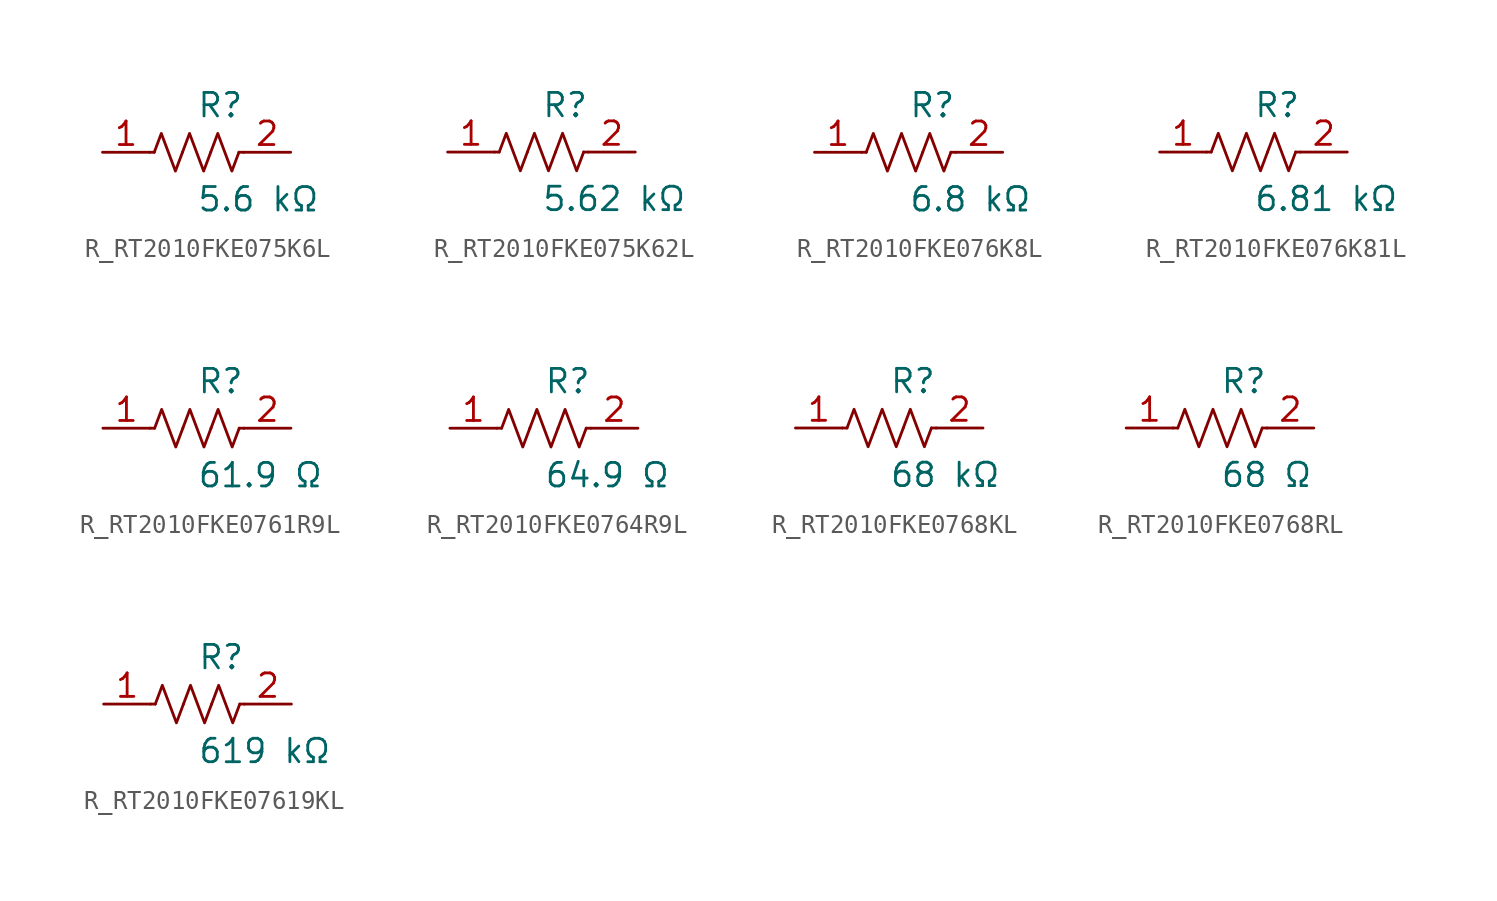
<source format=kicad_sym>
(kicad_symbol_lib
  (version 20231120)
  (generator kicad_symbol_editor)
  (generator_version 8.0)
  (symbol "R_RT2010FKE075K6L"
    (pin_names
      (offset 0.254))
    (property "Reference" "R"
      (at 0 2.54 0)
      (effects (font (size 1.27 1.27)) (justify left)))
    (property "Value" "5.6 kΩ"
      (at 0 -2.54 0)
      (effects (font (size 1.27 1.27)) (justify left)))
    (symbol "R_RT2010FKE075K6L_0_1"
      (polyline (pts (xy 2.286 0) (xy 2.54 0)) (stroke (width 0) (type default)) (fill (type none)))
      (polyline (pts (xy -2.286 0) (xy -2.54 0)) (stroke (width 0) (type default)) (fill (type none)))
      (polyline (pts (xy 0.762 0) (xy 1.143 1.016) (xy 1.524 0) (xy 1.905 -1.016) (xy 2.286 0)) (stroke (width 0) (type default)) (fill (type none)))
      (polyline (pts (xy -0.762 0) (xy -0.381 1.016) (xy 0 0) (xy 0.381 -1.016) (xy 0.762 0)) (stroke (width 0) (type default)) (fill (type none)))
      (polyline (pts (xy -2.286 0) (xy -1.905 1.016) (xy -1.524 0) (xy -1.143 -1.016) (xy -0.762 0)) (stroke (width 0) (type default)) (fill (type none))))
    (pin passive line
      (at -5.08 0 0)
      (length 2.54)
      (name "" (effects (font (size 1.27 1.27))))
      (number "1" (effects (font (size 1.27 1.27)))))
    (pin passive line
      (at 5.08 0 180)
      (length 2.54)
      (name "" (effects (font (size 1.27 1.27))))
      (number "2" (effects (font (size 1.27 1.27))))))
  (symbol "R_RT2010FKE075K62L"
    (pin_names
      (offset 0.254))
    (property "Reference" "R"
      (at 0 2.54 0)
      (effects (font (size 1.27 1.27)) (justify left)))
    (property "Value" "5.62 kΩ"
      (at 0 -2.54 0)
      (effects (font (size 1.27 1.27)) (justify left)))
    (symbol "R_RT2010FKE075K62L_0_1"
      (polyline (pts (xy 2.286 0) (xy 2.54 0)) (stroke (width 0) (type default)) (fill (type none)))
      (polyline (pts (xy -2.286 0) (xy -2.54 0)) (stroke (width 0) (type default)) (fill (type none)))
      (polyline (pts (xy 0.762 0) (xy 1.143 1.016) (xy 1.524 0) (xy 1.905 -1.016) (xy 2.286 0)) (stroke (width 0) (type default)) (fill (type none)))
      (polyline (pts (xy -0.762 0) (xy -0.381 1.016) (xy 0 0) (xy 0.381 -1.016) (xy 0.762 0)) (stroke (width 0) (type default)) (fill (type none)))
      (polyline (pts (xy -2.286 0) (xy -1.905 1.016) (xy -1.524 0) (xy -1.143 -1.016) (xy -0.762 0)) (stroke (width 0) (type default)) (fill (type none))))
    (pin passive line
      (at -5.08 0 0)
      (length 2.54)
      (name "" (effects (font (size 1.27 1.27))))
      (number "1" (effects (font (size 1.27 1.27)))))
    (pin passive line
      (at 5.08 0 180)
      (length 2.54)
      (name "" (effects (font (size 1.27 1.27))))
      (number "2" (effects (font (size 1.27 1.27))))))
  (symbol "R_RT2010FKE076K8L"
    (pin_names
      (offset 0.254))
    (property "Reference" "R"
      (at 0 2.54 0)
      (effects (font (size 1.27 1.27)) (justify left)))
    (property "Value" "6.8 kΩ"
      (at 0 -2.54 0)
      (effects (font (size 1.27 1.27)) (justify left)))
    (symbol "R_RT2010FKE076K8L_0_1"
      (polyline (pts (xy 2.286 0) (xy 2.54 0)) (stroke (width 0) (type default)) (fill (type none)))
      (polyline (pts (xy -2.286 0) (xy -2.54 0)) (stroke (width 0) (type default)) (fill (type none)))
      (polyline (pts (xy 0.762 0) (xy 1.143 1.016) (xy 1.524 0) (xy 1.905 -1.016) (xy 2.286 0)) (stroke (width 0) (type default)) (fill (type none)))
      (polyline (pts (xy -0.762 0) (xy -0.381 1.016) (xy 0 0) (xy 0.381 -1.016) (xy 0.762 0)) (stroke (width 0) (type default)) (fill (type none)))
      (polyline (pts (xy -2.286 0) (xy -1.905 1.016) (xy -1.524 0) (xy -1.143 -1.016) (xy -0.762 0)) (stroke (width 0) (type default)) (fill (type none))))
    (pin passive line
      (at -5.08 0 0)
      (length 2.54)
      (name "" (effects (font (size 1.27 1.27))))
      (number "1" (effects (font (size 1.27 1.27)))))
    (pin passive line
      (at 5.08 0 180)
      (length 2.54)
      (name "" (effects (font (size 1.27 1.27))))
      (number "2" (effects (font (size 1.27 1.27))))))
  (symbol "R_RT2010FKE076K81L"
    (pin_names
      (offset 0.254))
    (property "Reference" "R"
      (at 0 2.54 0)
      (effects (font (size 1.27 1.27)) (justify left)))
    (property "Value" "6.81 kΩ"
      (at 0 -2.54 0)
      (effects (font (size 1.27 1.27)) (justify left)))
    (symbol "R_RT2010FKE076K81L_0_1"
      (polyline (pts (xy 2.286 0) (xy 2.54 0)) (stroke (width 0) (type default)) (fill (type none)))
      (polyline (pts (xy -2.286 0) (xy -2.54 0)) (stroke (width 0) (type default)) (fill (type none)))
      (polyline (pts (xy 0.762 0) (xy 1.143 1.016) (xy 1.524 0) (xy 1.905 -1.016) (xy 2.286 0)) (stroke (width 0) (type default)) (fill (type none)))
      (polyline (pts (xy -0.762 0) (xy -0.381 1.016) (xy 0 0) (xy 0.381 -1.016) (xy 0.762 0)) (stroke (width 0) (type default)) (fill (type none)))
      (polyline (pts (xy -2.286 0) (xy -1.905 1.016) (xy -1.524 0) (xy -1.143 -1.016) (xy -0.762 0)) (stroke (width 0) (type default)) (fill (type none))))
    (pin passive line
      (at -5.08 0 0)
      (length 2.54)
      (name "" (effects (font (size 1.27 1.27))))
      (number "1" (effects (font (size 1.27 1.27)))))
    (pin passive line
      (at 5.08 0 180)
      (length 2.54)
      (name "" (effects (font (size 1.27 1.27))))
      (number "2" (effects (font (size 1.27 1.27))))))
  (symbol "R_RT2010FKE0761R9L"
    (pin_names
      (offset 0.254))
    (property "Reference" "R"
      (at 0 2.54 0)
      (effects (font (size 1.27 1.27)) (justify left)))
    (property "Value" "61.9 Ω"
      (at 0 -2.54 0)
      (effects (font (size 1.27 1.27)) (justify left)))
    (symbol "R_RT2010FKE0761R9L_0_1"
      (polyline (pts (xy 2.286 0) (xy 2.54 0)) (stroke (width 0) (type default)) (fill (type none)))
      (polyline (pts (xy -2.286 0) (xy -2.54 0)) (stroke (width 0) (type default)) (fill (type none)))
      (polyline (pts (xy 0.762 0) (xy 1.143 1.016) (xy 1.524 0) (xy 1.905 -1.016) (xy 2.286 0)) (stroke (width 0) (type default)) (fill (type none)))
      (polyline (pts (xy -0.762 0) (xy -0.381 1.016) (xy 0 0) (xy 0.381 -1.016) (xy 0.762 0)) (stroke (width 0) (type default)) (fill (type none)))
      (polyline (pts (xy -2.286 0) (xy -1.905 1.016) (xy -1.524 0) (xy -1.143 -1.016) (xy -0.762 0)) (stroke (width 0) (type default)) (fill (type none))))
    (pin passive line
      (at -5.08 0 0)
      (length 2.54)
      (name "" (effects (font (size 1.27 1.27))))
      (number "1" (effects (font (size 1.27 1.27)))))
    (pin passive line
      (at 5.08 0 180)
      (length 2.54)
      (name "" (effects (font (size 1.27 1.27))))
      (number "2" (effects (font (size 1.27 1.27))))))
  (symbol "R_RT2010FKE0764R9L"
    (pin_names
      (offset 0.254))
    (property "Reference" "R"
      (at 0 2.54 0)
      (effects (font (size 1.27 1.27)) (justify left)))
    (property "Value" "64.9 Ω"
      (at 0 -2.54 0)
      (effects (font (size 1.27 1.27)) (justify left)))
    (symbol "R_RT2010FKE0764R9L_0_1"
      (polyline (pts (xy 2.286 0) (xy 2.54 0)) (stroke (width 0) (type default)) (fill (type none)))
      (polyline (pts (xy -2.286 0) (xy -2.54 0)) (stroke (width 0) (type default)) (fill (type none)))
      (polyline (pts (xy 0.762 0) (xy 1.143 1.016) (xy 1.524 0) (xy 1.905 -1.016) (xy 2.286 0)) (stroke (width 0) (type default)) (fill (type none)))
      (polyline (pts (xy -0.762 0) (xy -0.381 1.016) (xy 0 0) (xy 0.381 -1.016) (xy 0.762 0)) (stroke (width 0) (type default)) (fill (type none)))
      (polyline (pts (xy -2.286 0) (xy -1.905 1.016) (xy -1.524 0) (xy -1.143 -1.016) (xy -0.762 0)) (stroke (width 0) (type default)) (fill (type none))))
    (pin passive line
      (at -5.08 0 0)
      (length 2.54)
      (name "" (effects (font (size 1.27 1.27))))
      (number "1" (effects (font (size 1.27 1.27)))))
    (pin passive line
      (at 5.08 0 180)
      (length 2.54)
      (name "" (effects (font (size 1.27 1.27))))
      (number "2" (effects (font (size 1.27 1.27))))))
  (symbol "R_RT2010FKE0768KL"
    (pin_names
      (offset 0.254))
    (property "Reference" "R"
      (at 0 2.54 0)
      (effects (font (size 1.27 1.27)) (justify left)))
    (property "Value" "68 kΩ"
      (at 0 -2.54 0)
      (effects (font (size 1.27 1.27)) (justify left)))
    (symbol "R_RT2010FKE0768KL_0_1"
      (polyline (pts (xy 2.286 0) (xy 2.54 0)) (stroke (width 0) (type default)) (fill (type none)))
      (polyline (pts (xy -2.286 0) (xy -2.54 0)) (stroke (width 0) (type default)) (fill (type none)))
      (polyline (pts (xy 0.762 0) (xy 1.143 1.016) (xy 1.524 0) (xy 1.905 -1.016) (xy 2.286 0)) (stroke (width 0) (type default)) (fill (type none)))
      (polyline (pts (xy -0.762 0) (xy -0.381 1.016) (xy 0 0) (xy 0.381 -1.016) (xy 0.762 0)) (stroke (width 0) (type default)) (fill (type none)))
      (polyline (pts (xy -2.286 0) (xy -1.905 1.016) (xy -1.524 0) (xy -1.143 -1.016) (xy -0.762 0)) (stroke (width 0) (type default)) (fill (type none))))
    (pin passive line
      (at -5.08 0 0)
      (length 2.54)
      (name "" (effects (font (size 1.27 1.27))))
      (number "1" (effects (font (size 1.27 1.27)))))
    (pin passive line
      (at 5.08 0 180)
      (length 2.54)
      (name "" (effects (font (size 1.27 1.27))))
      (number "2" (effects (font (size 1.27 1.27))))))
  (symbol "R_RT2010FKE0768RL"
    (pin_names
      (offset 0.254))
    (property "Reference" "R"
      (at 0 2.54 0)
      (effects (font (size 1.27 1.27)) (justify left)))
    (property "Value" "68 Ω"
      (at 0 -2.54 0)
      (effects (font (size 1.27 1.27)) (justify left)))
    (symbol "R_RT2010FKE0768RL_0_1"
      (polyline (pts (xy 2.286 0) (xy 2.54 0)) (stroke (width 0) (type default)) (fill (type none)))
      (polyline (pts (xy -2.286 0) (xy -2.54 0)) (stroke (width 0) (type default)) (fill (type none)))
      (polyline (pts (xy 0.762 0) (xy 1.143 1.016) (xy 1.524 0) (xy 1.905 -1.016) (xy 2.286 0)) (stroke (width 0) (type default)) (fill (type none)))
      (polyline (pts (xy -0.762 0) (xy -0.381 1.016) (xy 0 0) (xy 0.381 -1.016) (xy 0.762 0)) (stroke (width 0) (type default)) (fill (type none)))
      (polyline (pts (xy -2.286 0) (xy -1.905 1.016) (xy -1.524 0) (xy -1.143 -1.016) (xy -0.762 0)) (stroke (width 0) (type default)) (fill (type none))))
    (pin passive line
      (at -5.08 0 0)
      (length 2.54)
      (name "" (effects (font (size 1.27 1.27))))
      (number "1" (effects (font (size 1.27 1.27)))))
    (pin passive line
      (at 5.08 0 180)
      (length 2.54)
      (name "" (effects (font (size 1.27 1.27))))
      (number "2" (effects (font (size 1.27 1.27))))))
  (symbol "R_RT2010FKE07619KL"
    (pin_names
      (offset 0.254))
    (property "Reference" "R"
      (at 0 2.54 0)
      (effects (font (size 1.27 1.27)) (justify left)))
    (property "Value" "619 kΩ"
      (at 0 -2.54 0)
      (effects (font (size 1.27 1.27)) (justify left)))
    (symbol "R_RT2010FKE07619KL_0_1"
      (polyline (pts (xy 2.286 0) (xy 2.54 0)) (stroke (width 0) (type default)) (fill (type none)))
      (polyline (pts (xy -2.286 0) (xy -2.54 0)) (stroke (width 0) (type default)) (fill (type none)))
      (polyline (pts (xy 0.762 0) (xy 1.143 1.016) (xy 1.524 0) (xy 1.905 -1.016) (xy 2.286 0)) (stroke (width 0) (type default)) (fill (type none)))
      (polyline (pts (xy -0.762 0) (xy -0.381 1.016) (xy 0 0) (xy 0.381 -1.016) (xy 0.762 0)) (stroke (width 0) (type default)) (fill (type none)))
      (polyline (pts (xy -2.286 0) (xy -1.905 1.016) (xy -1.524 0) (xy -1.143 -1.016) (xy -0.762 0)) (stroke (width 0) (type default)) (fill (type none))))
    (pin passive line
      (at -5.08 0 0)
      (length 2.54)
      (name "" (effects (font (size 1.27 1.27))))
      (number "1" (effects (font (size 1.27 1.27)))))
    (pin passive line
      (at 5.08 0 180)
      (length 2.54)
      (name "" (effects (font (size 1.27 1.27))))
      (number "2" (effects (font (size 1.27 1.27)))))))
</source>
